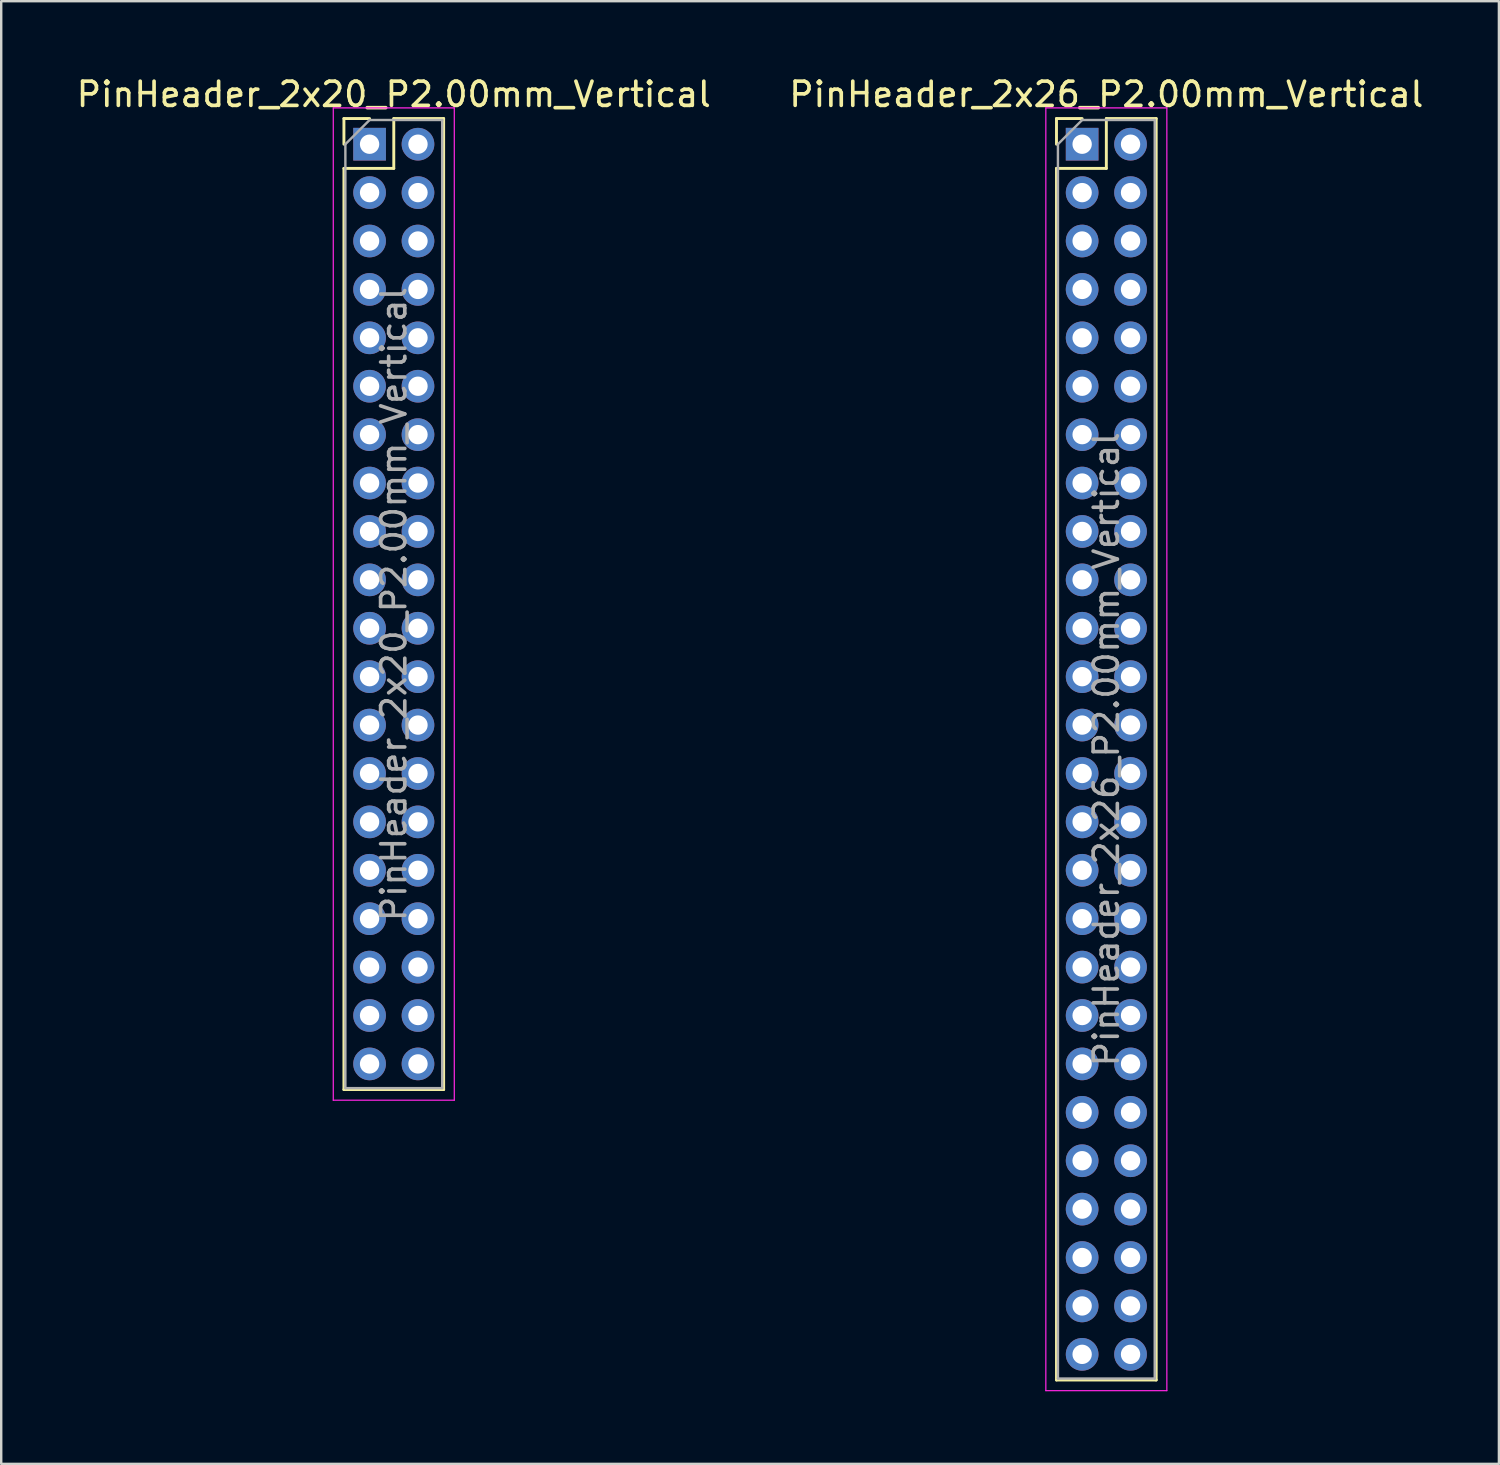
<source format=kicad_pcb>
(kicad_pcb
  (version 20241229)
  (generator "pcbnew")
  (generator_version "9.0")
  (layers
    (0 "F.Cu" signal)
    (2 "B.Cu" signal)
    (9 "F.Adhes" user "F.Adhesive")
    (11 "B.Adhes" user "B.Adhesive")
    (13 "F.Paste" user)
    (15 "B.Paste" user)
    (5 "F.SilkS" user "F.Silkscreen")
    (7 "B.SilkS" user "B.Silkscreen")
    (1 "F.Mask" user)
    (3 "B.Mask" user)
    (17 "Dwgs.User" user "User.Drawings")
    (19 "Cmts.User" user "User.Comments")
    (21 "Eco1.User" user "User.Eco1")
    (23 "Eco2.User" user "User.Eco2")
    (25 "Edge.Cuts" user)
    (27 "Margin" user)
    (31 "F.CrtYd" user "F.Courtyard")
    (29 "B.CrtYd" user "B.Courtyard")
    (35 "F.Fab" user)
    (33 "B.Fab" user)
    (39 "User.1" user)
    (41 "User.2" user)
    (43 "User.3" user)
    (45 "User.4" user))
  (footprint "PinHeader_2x26_P2.00mm_Vertical"
    (layer "F.Cu")
    (at 41.661 2.908)
    (property "Reference" "PinHeader_2x26_P2.00mm_Vertical" (at 1 -2.06 0) (layer "F.SilkS") (effects (font (size 1 1) (thickness 0.15))))
    (attr through_hole)
    (fp_line (start -1.06 -1.06) (end 0 -1.06) (stroke (width 0.12) (type solid)) (layer "F.SilkS"))
    (fp_line (start -1.06 0) (end -1.06 -1.06) (stroke (width 0.12) (type solid)) (layer "F.SilkS"))
    (fp_line (start -1.06 1) (end -1.06 51.06) (stroke (width 0.12) (type solid)) (layer "F.SilkS"))
    (fp_line (start -1.06 1) (end 1 1) (stroke (width 0.12) (type solid)) (layer "F.SilkS"))
    (fp_line (start -1.06 51.06) (end 3.06 51.06) (stroke (width 0.12) (type solid)) (layer "F.SilkS"))
    (fp_line (start 1 -1.06) (end 3.06 -1.06) (stroke (width 0.12) (type solid)) (layer "F.SilkS"))
    (fp_line (start 1 1) (end 1 -1.06) (stroke (width 0.12) (type solid)) (layer "F.SilkS"))
    (fp_line (start 3.06 -1.06) (end 3.06 51.06) (stroke (width 0.12) (type solid)) (layer "F.SilkS"))
    (fp_line (start -1.5 -1.5) (end -1.5 51.5) (stroke (width 0.05) (type solid)) (layer "F.CrtYd"))
    (fp_line (start -1.5 51.5) (end 3.5 51.5) (stroke (width 0.05) (type solid)) (layer "F.CrtYd"))
    (fp_line (start 3.5 -1.5) (end -1.5 -1.5) (stroke (width 0.05) (type solid)) (layer "F.CrtYd"))
    (fp_line (start 3.5 51.5) (end 3.5 -1.5) (stroke (width 0.05) (type solid)) (layer "F.CrtYd"))
    (fp_line (start -1 0) (end 0 -1) (stroke (width 0.1) (type solid)) (layer "F.Fab"))
    (fp_line (start -1 51) (end -1 0) (stroke (width 0.1) (type solid)) (layer "F.Fab"))
    (fp_line (start 0 -1) (end 3 -1) (stroke (width 0.1) (type solid)) (layer "F.Fab"))
    (fp_line (start 3 -1) (end 3 51) (stroke (width 0.1) (type solid)) (layer "F.Fab"))
    (fp_line (start 3 51) (end -1 51) (stroke (width 0.1) (type solid)) (layer "F.Fab"))
    (fp_text user "${REFERENCE}" (at 1 25 90) (layer "F.Fab") (effects (font (size 1 1) (thickness 0.15))))
    (pad "1" thru_hole rect (at 0 0) (size 1.35 1.35) (drill 0.8) (layers "*.Cu" "*.Mask"))
    (pad "2" thru_hole oval (at 2 0) (size 1.35 1.35) (drill 0.8) (layers "*.Cu" "*.Mask"))
    (pad "3" thru_hole oval (at 0 2) (size 1.35 1.35) (drill 0.8) (layers "*.Cu" "*.Mask"))
    (pad "4" thru_hole oval (at 2 2) (size 1.35 1.35) (drill 0.8) (layers "*.Cu" "*.Mask"))
    (pad "5" thru_hole oval (at 0 4) (size 1.35 1.35) (drill 0.8) (layers "*.Cu" "*.Mask"))
    (pad "6" thru_hole oval (at 2 4) (size 1.35 1.35) (drill 0.8) (layers "*.Cu" "*.Mask"))
    (pad "7" thru_hole oval (at 0 6) (size 1.35 1.35) (drill 0.8) (layers "*.Cu" "*.Mask"))
    (pad "8" thru_hole oval (at 2 6) (size 1.35 1.35) (drill 0.8) (layers "*.Cu" "*.Mask"))
    (pad "9" thru_hole oval (at 0 8) (size 1.35 1.35) (drill 0.8) (layers "*.Cu" "*.Mask"))
    (pad "10" thru_hole oval (at 2 8) (size 1.35 1.35) (drill 0.8) (layers "*.Cu" "*.Mask"))
    (pad "11" thru_hole oval (at 0 10) (size 1.35 1.35) (drill 0.8) (layers "*.Cu" "*.Mask"))
    (pad "12" thru_hole oval (at 2 10) (size 1.35 1.35) (drill 0.8) (layers "*.Cu" "*.Mask"))
    (pad "13" thru_hole oval (at 0 12) (size 1.35 1.35) (drill 0.8) (layers "*.Cu" "*.Mask"))
    (pad "14" thru_hole oval (at 2 12) (size 1.35 1.35) (drill 0.8) (layers "*.Cu" "*.Mask"))
    (pad "15" thru_hole oval (at 0 14) (size 1.35 1.35) (drill 0.8) (layers "*.Cu" "*.Mask"))
    (pad "16" thru_hole oval (at 2 14) (size 1.35 1.35) (drill 0.8) (layers "*.Cu" "*.Mask"))
    (pad "17" thru_hole oval (at 0 16) (size 1.35 1.35) (drill 0.8) (layers "*.Cu" "*.Mask"))
    (pad "18" thru_hole oval (at 2 16) (size 1.35 1.35) (drill 0.8) (layers "*.Cu" "*.Mask"))
    (pad "19" thru_hole oval (at 0 18) (size 1.35 1.35) (drill 0.8) (layers "*.Cu" "*.Mask"))
    (pad "20" thru_hole oval (at 2 18) (size 1.35 1.35) (drill 0.8) (layers "*.Cu" "*.Mask"))
    (pad "21" thru_hole oval (at 0 20) (size 1.35 1.35) (drill 0.8) (layers "*.Cu" "*.Mask"))
    (pad "22" thru_hole oval (at 2 20) (size 1.35 1.35) (drill 0.8) (layers "*.Cu" "*.Mask"))
    (pad "23" thru_hole oval (at 0 22) (size 1.35 1.35) (drill 0.8) (layers "*.Cu" "*.Mask"))
    (pad "24" thru_hole oval (at 2 22) (size 1.35 1.35) (drill 0.8) (layers "*.Cu" "*.Mask"))
    (pad "25" thru_hole oval (at 0 24) (size 1.35 1.35) (drill 0.8) (layers "*.Cu" "*.Mask"))
    (pad "26" thru_hole oval (at 2 24) (size 1.35 1.35) (drill 0.8) (layers "*.Cu" "*.Mask"))
    (pad "27" thru_hole oval (at 0 26) (size 1.35 1.35) (drill 0.8) (layers "*.Cu" "*.Mask"))
    (pad "28" thru_hole oval (at 2 26) (size 1.35 1.35) (drill 0.8) (layers "*.Cu" "*.Mask"))
    (pad "29" thru_hole oval (at 0 28) (size 1.35 1.35) (drill 0.8) (layers "*.Cu" "*.Mask"))
    (pad "30" thru_hole oval (at 2 28) (size 1.35 1.35) (drill 0.8) (layers "*.Cu" "*.Mask"))
    (pad "31" thru_hole oval (at 0 30) (size 1.35 1.35) (drill 0.8) (layers "*.Cu" "*.Mask"))
    (pad "32" thru_hole oval (at 2 30) (size 1.35 1.35) (drill 0.8) (layers "*.Cu" "*.Mask"))
    (pad "33" thru_hole oval (at 0 32) (size 1.35 1.35) (drill 0.8) (layers "*.Cu" "*.Mask"))
    (pad "34" thru_hole oval (at 2 32) (size 1.35 1.35) (drill 0.8) (layers "*.Cu" "*.Mask"))
    (pad "35" thru_hole oval (at 0 34) (size 1.35 1.35) (drill 0.8) (layers "*.Cu" "*.Mask"))
    (pad "36" thru_hole oval (at 2 34) (size 1.35 1.35) (drill 0.8) (layers "*.Cu" "*.Mask"))
    (pad "37" thru_hole oval (at 0 36) (size 1.35 1.35) (drill 0.8) (layers "*.Cu" "*.Mask"))
    (pad "38" thru_hole oval (at 2 36) (size 1.35 1.35) (drill 0.8) (layers "*.Cu" "*.Mask"))
    (pad "39" thru_hole oval (at 0 38) (size 1.35 1.35) (drill 0.8) (layers "*.Cu" "*.Mask"))
    (pad "40" thru_hole oval (at 2 38) (size 1.35 1.35) (drill 0.8) (layers "*.Cu" "*.Mask"))
    (pad "41" thru_hole oval (at 0 40) (size 1.35 1.35) (drill 0.8) (layers "*.Cu" "*.Mask"))
    (pad "42" thru_hole oval (at 2 40) (size 1.35 1.35) (drill 0.8) (layers "*.Cu" "*.Mask"))
    (pad "43" thru_hole oval (at 0 42) (size 1.35 1.35) (drill 0.8) (layers "*.Cu" "*.Mask"))
    (pad "44" thru_hole oval (at 2 42) (size 1.35 1.35) (drill 0.8) (layers "*.Cu" "*.Mask"))
    (pad "45" thru_hole oval (at 0 44) (size 1.35 1.35) (drill 0.8) (layers "*.Cu" "*.Mask"))
    (pad "46" thru_hole oval (at 2 44) (size 1.35 1.35) (drill 0.8) (layers "*.Cu" "*.Mask"))
    (pad "47" thru_hole oval (at 0 46) (size 1.35 1.35) (drill 0.8) (layers "*.Cu" "*.Mask"))
    (pad "48" thru_hole oval (at 2 46) (size 1.35 1.35) (drill 0.8) (layers "*.Cu" "*.Mask"))
    (pad "49" thru_hole oval (at 0 48) (size 1.35 1.35) (drill 0.8) (layers "*.Cu" "*.Mask"))
    (pad "50" thru_hole oval (at 2 48) (size 1.35 1.35) (drill 0.8) (layers "*.Cu" "*.Mask"))
    (pad "51" thru_hole oval (at 0 50) (size 1.35 1.35) (drill 0.8) (layers "*.Cu" "*.Mask"))
    (pad "52" thru_hole oval (at 2 50) (size 1.35 1.35) (drill 0.8) (layers "*.Cu" "*.Mask")))
  (footprint "PinHeader_2x20_P2.00mm_Vertical"
    (layer "F.Cu")
    (at 12.22 2.908)
    (property "Reference" "PinHeader_2x20_P2.00mm_Vertical" (at 1 -2.06 0) (layer "F.SilkS") (effects (font (size 1 1) (thickness 0.15))))
    (attr through_hole)
    (fp_line (start -1.06 -1.06) (end 0 -1.06) (stroke (width 0.12) (type solid)) (layer "F.SilkS"))
    (fp_line (start -1.06 0) (end -1.06 -1.06) (stroke (width 0.12) (type solid)) (layer "F.SilkS"))
    (fp_line (start -1.06 1) (end -1.06 39.06) (stroke (width 0.12) (type solid)) (layer "F.SilkS"))
    (fp_line (start -1.06 1) (end 1 1) (stroke (width 0.12) (type solid)) (layer "F.SilkS"))
    (fp_line (start -1.06 39.06) (end 3.06 39.06) (stroke (width 0.12) (type solid)) (layer "F.SilkS"))
    (fp_line (start 1 -1.06) (end 3.06 -1.06) (stroke (width 0.12) (type solid)) (layer "F.SilkS"))
    (fp_line (start 1 1) (end 1 -1.06) (stroke (width 0.12) (type solid)) (layer "F.SilkS"))
    (fp_line (start 3.06 -1.06) (end 3.06 39.06) (stroke (width 0.12) (type solid)) (layer "F.SilkS"))
    (fp_line (start -1.5 -1.5) (end -1.5 39.5) (stroke (width 0.05) (type solid)) (layer "F.CrtYd"))
    (fp_line (start -1.5 39.5) (end 3.5 39.5) (stroke (width 0.05) (type solid)) (layer "F.CrtYd"))
    (fp_line (start 3.5 -1.5) (end -1.5 -1.5) (stroke (width 0.05) (type solid)) (layer "F.CrtYd"))
    (fp_line (start 3.5 39.5) (end 3.5 -1.5) (stroke (width 0.05) (type solid)) (layer "F.CrtYd"))
    (fp_line (start -1 0) (end 0 -1) (stroke (width 0.1) (type solid)) (layer "F.Fab"))
    (fp_line (start -1 39) (end -1 0) (stroke (width 0.1) (type solid)) (layer "F.Fab"))
    (fp_line (start 0 -1) (end 3 -1) (stroke (width 0.1) (type solid)) (layer "F.Fab"))
    (fp_line (start 3 -1) (end 3 39) (stroke (width 0.1) (type solid)) (layer "F.Fab"))
    (fp_line (start 3 39) (end -1 39) (stroke (width 0.1) (type solid)) (layer "F.Fab"))
    (fp_text user "${REFERENCE}" (at 1 19 90) (layer "F.Fab") (effects (font (size 1 1) (thickness 0.15))))
    (pad "1" thru_hole rect (at 0 0) (size 1.35 1.35) (drill 0.8) (layers "*.Cu" "*.Mask"))
    (pad "2" thru_hole oval (at 2 0) (size 1.35 1.35) (drill 0.8) (layers "*.Cu" "*.Mask"))
    (pad "3" thru_hole oval (at 0 2) (size 1.35 1.35) (drill 0.8) (layers "*.Cu" "*.Mask"))
    (pad "4" thru_hole oval (at 2 2) (size 1.35 1.35) (drill 0.8) (layers "*.Cu" "*.Mask"))
    (pad "5" thru_hole oval (at 0 4) (size 1.35 1.35) (drill 0.8) (layers "*.Cu" "*.Mask"))
    (pad "6" thru_hole oval (at 2 4) (size 1.35 1.35) (drill 0.8) (layers "*.Cu" "*.Mask"))
    (pad "7" thru_hole oval (at 0 6) (size 1.35 1.35) (drill 0.8) (layers "*.Cu" "*.Mask"))
    (pad "8" thru_hole oval (at 2 6) (size 1.35 1.35) (drill 0.8) (layers "*.Cu" "*.Mask"))
    (pad "9" thru_hole oval (at 0 8) (size 1.35 1.35) (drill 0.8) (layers "*.Cu" "*.Mask"))
    (pad "10" thru_hole oval (at 2 8) (size 1.35 1.35) (drill 0.8) (layers "*.Cu" "*.Mask"))
    (pad "11" thru_hole oval (at 0 10) (size 1.35 1.35) (drill 0.8) (layers "*.Cu" "*.Mask"))
    (pad "12" thru_hole oval (at 2 10) (size 1.35 1.35) (drill 0.8) (layers "*.Cu" "*.Mask"))
    (pad "13" thru_hole oval (at 0 12) (size 1.35 1.35) (drill 0.8) (layers "*.Cu" "*.Mask"))
    (pad "14" thru_hole oval (at 2 12) (size 1.35 1.35) (drill 0.8) (layers "*.Cu" "*.Mask"))
    (pad "15" thru_hole oval (at 0 14) (size 1.35 1.35) (drill 0.8) (layers "*.Cu" "*.Mask"))
    (pad "16" thru_hole oval (at 2 14) (size 1.35 1.35) (drill 0.8) (layers "*.Cu" "*.Mask"))
    (pad "17" thru_hole oval (at 0 16) (size 1.35 1.35) (drill 0.8) (layers "*.Cu" "*.Mask"))
    (pad "18" thru_hole oval (at 2 16) (size 1.35 1.35) (drill 0.8) (layers "*.Cu" "*.Mask"))
    (pad "19" thru_hole oval (at 0 18) (size 1.35 1.35) (drill 0.8) (layers "*.Cu" "*.Mask"))
    (pad "20" thru_hole oval (at 2 18) (size 1.35 1.35) (drill 0.8) (layers "*.Cu" "*.Mask"))
    (pad "21" thru_hole oval (at 0 20) (size 1.35 1.35) (drill 0.8) (layers "*.Cu" "*.Mask"))
    (pad "22" thru_hole oval (at 2 20) (size 1.35 1.35) (drill 0.8) (layers "*.Cu" "*.Mask"))
    (pad "23" thru_hole oval (at 0 22) (size 1.35 1.35) (drill 0.8) (layers "*.Cu" "*.Mask"))
    (pad "24" thru_hole oval (at 2 22) (size 1.35 1.35) (drill 0.8) (layers "*.Cu" "*.Mask"))
    (pad "25" thru_hole oval (at 0 24) (size 1.35 1.35) (drill 0.8) (layers "*.Cu" "*.Mask"))
    (pad "26" thru_hole oval (at 2 24) (size 1.35 1.35) (drill 0.8) (layers "*.Cu" "*.Mask"))
    (pad "27" thru_hole oval (at 0 26) (size 1.35 1.35) (drill 0.8) (layers "*.Cu" "*.Mask"))
    (pad "28" thru_hole oval (at 2 26) (size 1.35 1.35) (drill 0.8) (layers "*.Cu" "*.Mask"))
    (pad "29" thru_hole oval (at 0 28) (size 1.35 1.35) (drill 0.8) (layers "*.Cu" "*.Mask"))
    (pad "30" thru_hole oval (at 2 28) (size 1.35 1.35) (drill 0.8) (layers "*.Cu" "*.Mask"))
    (pad "31" thru_hole oval (at 0 30) (size 1.35 1.35) (drill 0.8) (layers "*.Cu" "*.Mask"))
    (pad "32" thru_hole oval (at 2 30) (size 1.35 1.35) (drill 0.8) (layers "*.Cu" "*.Mask"))
    (pad "33" thru_hole oval (at 0 32) (size 1.35 1.35) (drill 0.8) (layers "*.Cu" "*.Mask"))
    (pad "34" thru_hole oval (at 2 32) (size 1.35 1.35) (drill 0.8) (layers "*.Cu" "*.Mask"))
    (pad "35" thru_hole oval (at 0 34) (size 1.35 1.35) (drill 0.8) (layers "*.Cu" "*.Mask"))
    (pad "36" thru_hole oval (at 2 34) (size 1.35 1.35) (drill 0.8) (layers "*.Cu" "*.Mask"))
    (pad "37" thru_hole oval (at 0 36) (size 1.35 1.35) (drill 0.8) (layers "*.Cu" "*.Mask"))
    (pad "38" thru_hole oval (at 2 36) (size 1.35 1.35) (drill 0.8) (layers "*.Cu" "*.Mask"))
    (pad "39" thru_hole oval (at 0 38) (size 1.35 1.35) (drill 0.8) (layers "*.Cu" "*.Mask"))
    (pad "40" thru_hole oval (at 2 38) (size 1.35 1.35) (drill 0.8) (layers "*.Cu" "*.Mask")))
  (gr_rect
    (start -3 -3)
    (end 58.881 57.433)
    (stroke (width 0.1) (type default))
    (fill no)
    (layer "Edge.Cuts")))
</source>
